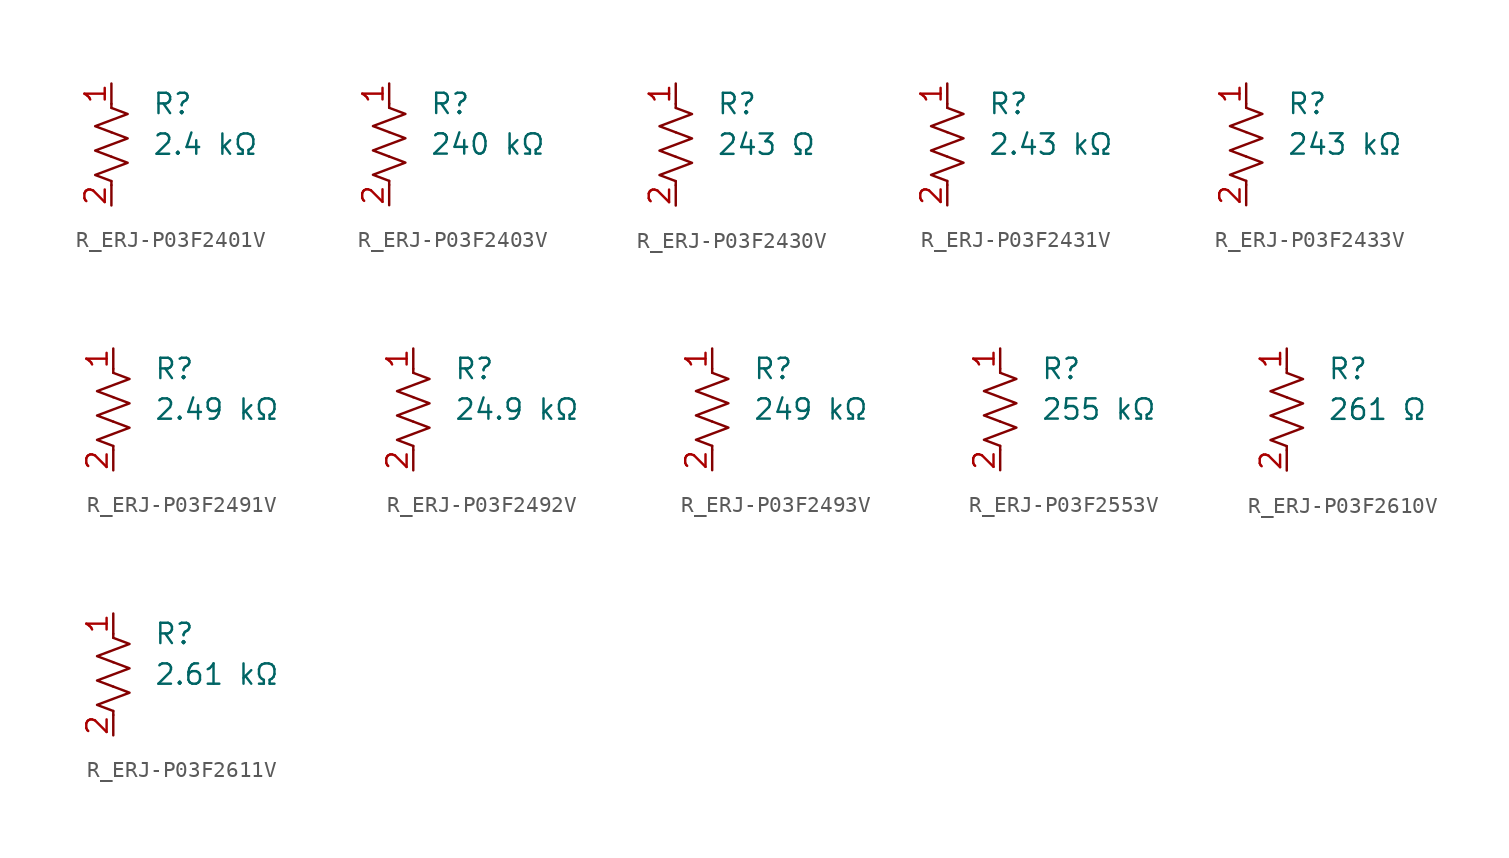
<source format=kicad_sym>
(kicad_symbol_lib
  (version 20231120)
  (generator "kicad_symbol_editor")
  (generator_version "8.0")
  (symbol "R_ERJ-P03F2401V"
    (pin_names
      (offset 0.254))
    (property "Value" "2.4 kΩ"
      (at 2.54 0 0)
      (effects (font (size 1.27 1.27)) (justify left)))
    (property "Reference" "R"
      (at 2.54 2.54 0)
      (effects (font (size 1.27 1.27)) (justify left)))
    (symbol "R_ERJ-P03F2401V_0_1"
      (polyline (pts (xy 0 -2.286) (xy 0 -2.54)) (stroke (width 0) (type default)) (fill (type none)))
      (polyline (pts (xy 0 2.286) (xy 0 2.54)) (stroke (width 0) (type default)) (fill (type none)))
      (polyline (pts (xy 0 -0.762) (xy 1.016 -1.143) (xy 0 -1.524) (xy -1.016 -1.905) (xy 0 -2.286)) (stroke (width 0) (type default)) (fill (type none)))
      (polyline (pts (xy 0 0.762) (xy 1.016 0.381) (xy 0 0) (xy -1.016 -0.381) (xy 0 -0.762)) (stroke (width 0) (type default)) (fill (type none)))
      (polyline (pts (xy 0 2.286) (xy 1.016 1.905) (xy 0 1.524) (xy -1.016 1.143) (xy 0 0.762)) (stroke (width 0) (type default)) (fill (type none))))
    (symbol "R_ERJ-P03F2401V_1_1"
      (pin passive line (at 0 3.81 270) (length 1.27) (name "~" (effects (font (size 1.27 1.27)))) (number "1" (effects (font (size 1.27 1.27)))))
      (pin passive line (at 0 -3.81 90) (length 1.27) (name "~" (effects (font (size 1.27 1.27)))) (number "2" (effects (font (size 1.27 1.27)))))))
  (symbol "R_ERJ-P03F2403V"
    (pin_names
      (offset 0.254))
    (property "Value" "240 kΩ"
      (at 2.54 0 0)
      (effects (font (size 1.27 1.27)) (justify left)))
    (property "Reference" "R"
      (at 2.54 2.54 0)
      (effects (font (size 1.27 1.27)) (justify left)))
    (symbol "R_ERJ-P03F2403V_0_1"
      (polyline (pts (xy 0 -2.286) (xy 0 -2.54)) (stroke (width 0) (type default)) (fill (type none)))
      (polyline (pts (xy 0 2.286) (xy 0 2.54)) (stroke (width 0) (type default)) (fill (type none)))
      (polyline (pts (xy 0 -0.762) (xy 1.016 -1.143) (xy 0 -1.524) (xy -1.016 -1.905) (xy 0 -2.286)) (stroke (width 0) (type default)) (fill (type none)))
      (polyline (pts (xy 0 0.762) (xy 1.016 0.381) (xy 0 0) (xy -1.016 -0.381) (xy 0 -0.762)) (stroke (width 0) (type default)) (fill (type none)))
      (polyline (pts (xy 0 2.286) (xy 1.016 1.905) (xy 0 1.524) (xy -1.016 1.143) (xy 0 0.762)) (stroke (width 0) (type default)) (fill (type none))))
    (symbol "R_ERJ-P03F2403V_1_1"
      (pin passive line (at 0 3.81 270) (length 1.27) (name "~" (effects (font (size 1.27 1.27)))) (number "1" (effects (font (size 1.27 1.27)))))
      (pin passive line (at 0 -3.81 90) (length 1.27) (name "~" (effects (font (size 1.27 1.27)))) (number "2" (effects (font (size 1.27 1.27)))))))
  (symbol "R_ERJ-P03F2430V"
    (pin_names
      (offset 0.254))
    (property "Value" "243 Ω"
      (at 2.54 0 0)
      (effects (font (size 1.27 1.27)) (justify left)))
    (property "Reference" "R"
      (at 2.54 2.54 0)
      (effects (font (size 1.27 1.27)) (justify left)))
    (symbol "R_ERJ-P03F2430V_0_1"
      (polyline (pts (xy 0 -2.286) (xy 0 -2.54)) (stroke (width 0) (type default)) (fill (type none)))
      (polyline (pts (xy 0 2.286) (xy 0 2.54)) (stroke (width 0) (type default)) (fill (type none)))
      (polyline (pts (xy 0 -0.762) (xy 1.016 -1.143) (xy 0 -1.524) (xy -1.016 -1.905) (xy 0 -2.286)) (stroke (width 0) (type default)) (fill (type none)))
      (polyline (pts (xy 0 0.762) (xy 1.016 0.381) (xy 0 0) (xy -1.016 -0.381) (xy 0 -0.762)) (stroke (width 0) (type default)) (fill (type none)))
      (polyline (pts (xy 0 2.286) (xy 1.016 1.905) (xy 0 1.524) (xy -1.016 1.143) (xy 0 0.762)) (stroke (width 0) (type default)) (fill (type none))))
    (symbol "R_ERJ-P03F2430V_1_1"
      (pin passive line (at 0 3.81 270) (length 1.27) (name "~" (effects (font (size 1.27 1.27)))) (number "1" (effects (font (size 1.27 1.27)))))
      (pin passive line (at 0 -3.81 90) (length 1.27) (name "~" (effects (font (size 1.27 1.27)))) (number "2" (effects (font (size 1.27 1.27)))))))
  (symbol "R_ERJ-P03F2431V"
    (pin_names
      (offset 0.254))
    (property "Value" "2.43 kΩ"
      (at 2.54 0 0)
      (effects (font (size 1.27 1.27)) (justify left)))
    (property "Reference" "R"
      (at 2.54 2.54 0)
      (effects (font (size 1.27 1.27)) (justify left)))
    (symbol "R_ERJ-P03F2431V_0_1"
      (polyline (pts (xy 0 -2.286) (xy 0 -2.54)) (stroke (width 0) (type default)) (fill (type none)))
      (polyline (pts (xy 0 2.286) (xy 0 2.54)) (stroke (width 0) (type default)) (fill (type none)))
      (polyline (pts (xy 0 -0.762) (xy 1.016 -1.143) (xy 0 -1.524) (xy -1.016 -1.905) (xy 0 -2.286)) (stroke (width 0) (type default)) (fill (type none)))
      (polyline (pts (xy 0 0.762) (xy 1.016 0.381) (xy 0 0) (xy -1.016 -0.381) (xy 0 -0.762)) (stroke (width 0) (type default)) (fill (type none)))
      (polyline (pts (xy 0 2.286) (xy 1.016 1.905) (xy 0 1.524) (xy -1.016 1.143) (xy 0 0.762)) (stroke (width 0) (type default)) (fill (type none))))
    (symbol "R_ERJ-P03F2431V_1_1"
      (pin passive line (at 0 3.81 270) (length 1.27) (name "~" (effects (font (size 1.27 1.27)))) (number "1" (effects (font (size 1.27 1.27)))))
      (pin passive line (at 0 -3.81 90) (length 1.27) (name "~" (effects (font (size 1.27 1.27)))) (number "2" (effects (font (size 1.27 1.27)))))))
  (symbol "R_ERJ-P03F2433V"
    (pin_names
      (offset 0.254))
    (property "Value" "243 kΩ"
      (at 2.54 0 0)
      (effects (font (size 1.27 1.27)) (justify left)))
    (property "Reference" "R"
      (at 2.54 2.54 0)
      (effects (font (size 1.27 1.27)) (justify left)))
    (symbol "R_ERJ-P03F2433V_0_1"
      (polyline (pts (xy 0 -2.286) (xy 0 -2.54)) (stroke (width 0) (type default)) (fill (type none)))
      (polyline (pts (xy 0 2.286) (xy 0 2.54)) (stroke (width 0) (type default)) (fill (type none)))
      (polyline (pts (xy 0 -0.762) (xy 1.016 -1.143) (xy 0 -1.524) (xy -1.016 -1.905) (xy 0 -2.286)) (stroke (width 0) (type default)) (fill (type none)))
      (polyline (pts (xy 0 0.762) (xy 1.016 0.381) (xy 0 0) (xy -1.016 -0.381) (xy 0 -0.762)) (stroke (width 0) (type default)) (fill (type none)))
      (polyline (pts (xy 0 2.286) (xy 1.016 1.905) (xy 0 1.524) (xy -1.016 1.143) (xy 0 0.762)) (stroke (width 0) (type default)) (fill (type none))))
    (symbol "R_ERJ-P03F2433V_1_1"
      (pin passive line (at 0 3.81 270) (length 1.27) (name "~" (effects (font (size 1.27 1.27)))) (number "1" (effects (font (size 1.27 1.27)))))
      (pin passive line (at 0 -3.81 90) (length 1.27) (name "~" (effects (font (size 1.27 1.27)))) (number "2" (effects (font (size 1.27 1.27)))))))
  (symbol "R_ERJ-P03F2491V"
    (pin_names
      (offset 0.254))
    (property "Value" "2.49 kΩ"
      (at 2.54 0 0)
      (effects (font (size 1.27 1.27)) (justify left)))
    (property "Reference" "R"
      (at 2.54 2.54 0)
      (effects (font (size 1.27 1.27)) (justify left)))
    (symbol "R_ERJ-P03F2491V_0_1"
      (polyline (pts (xy 0 -2.286) (xy 0 -2.54)) (stroke (width 0) (type default)) (fill (type none)))
      (polyline (pts (xy 0 2.286) (xy 0 2.54)) (stroke (width 0) (type default)) (fill (type none)))
      (polyline (pts (xy 0 -0.762) (xy 1.016 -1.143) (xy 0 -1.524) (xy -1.016 -1.905) (xy 0 -2.286)) (stroke (width 0) (type default)) (fill (type none)))
      (polyline (pts (xy 0 0.762) (xy 1.016 0.381) (xy 0 0) (xy -1.016 -0.381) (xy 0 -0.762)) (stroke (width 0) (type default)) (fill (type none)))
      (polyline (pts (xy 0 2.286) (xy 1.016 1.905) (xy 0 1.524) (xy -1.016 1.143) (xy 0 0.762)) (stroke (width 0) (type default)) (fill (type none))))
    (symbol "R_ERJ-P03F2491V_1_1"
      (pin passive line (at 0 3.81 270) (length 1.27) (name "~" (effects (font (size 1.27 1.27)))) (number "1" (effects (font (size 1.27 1.27)))))
      (pin passive line (at 0 -3.81 90) (length 1.27) (name "~" (effects (font (size 1.27 1.27)))) (number "2" (effects (font (size 1.27 1.27)))))))
  (symbol "R_ERJ-P03F2492V"
    (pin_names
      (offset 0.254))
    (property "Value" "24.9 kΩ"
      (at 2.54 0 0)
      (effects (font (size 1.27 1.27)) (justify left)))
    (property "Reference" "R"
      (at 2.54 2.54 0)
      (effects (font (size 1.27 1.27)) (justify left)))
    (symbol "R_ERJ-P03F2492V_0_1"
      (polyline (pts (xy 0 -2.286) (xy 0 -2.54)) (stroke (width 0) (type default)) (fill (type none)))
      (polyline (pts (xy 0 2.286) (xy 0 2.54)) (stroke (width 0) (type default)) (fill (type none)))
      (polyline (pts (xy 0 -0.762) (xy 1.016 -1.143) (xy 0 -1.524) (xy -1.016 -1.905) (xy 0 -2.286)) (stroke (width 0) (type default)) (fill (type none)))
      (polyline (pts (xy 0 0.762) (xy 1.016 0.381) (xy 0 0) (xy -1.016 -0.381) (xy 0 -0.762)) (stroke (width 0) (type default)) (fill (type none)))
      (polyline (pts (xy 0 2.286) (xy 1.016 1.905) (xy 0 1.524) (xy -1.016 1.143) (xy 0 0.762)) (stroke (width 0) (type default)) (fill (type none))))
    (symbol "R_ERJ-P03F2492V_1_1"
      (pin passive line (at 0 3.81 270) (length 1.27) (name "~" (effects (font (size 1.27 1.27)))) (number "1" (effects (font (size 1.27 1.27)))))
      (pin passive line (at 0 -3.81 90) (length 1.27) (name "~" (effects (font (size 1.27 1.27)))) (number "2" (effects (font (size 1.27 1.27)))))))
  (symbol "R_ERJ-P03F2493V"
    (pin_names
      (offset 0.254))
    (property "Value" "249 kΩ"
      (at 2.54 0 0)
      (effects (font (size 1.27 1.27)) (justify left)))
    (property "Reference" "R"
      (at 2.54 2.54 0)
      (effects (font (size 1.27 1.27)) (justify left)))
    (symbol "R_ERJ-P03F2493V_0_1"
      (polyline (pts (xy 0 -2.286) (xy 0 -2.54)) (stroke (width 0) (type default)) (fill (type none)))
      (polyline (pts (xy 0 2.286) (xy 0 2.54)) (stroke (width 0) (type default)) (fill (type none)))
      (polyline (pts (xy 0 -0.762) (xy 1.016 -1.143) (xy 0 -1.524) (xy -1.016 -1.905) (xy 0 -2.286)) (stroke (width 0) (type default)) (fill (type none)))
      (polyline (pts (xy 0 0.762) (xy 1.016 0.381) (xy 0 0) (xy -1.016 -0.381) (xy 0 -0.762)) (stroke (width 0) (type default)) (fill (type none)))
      (polyline (pts (xy 0 2.286) (xy 1.016 1.905) (xy 0 1.524) (xy -1.016 1.143) (xy 0 0.762)) (stroke (width 0) (type default)) (fill (type none))))
    (symbol "R_ERJ-P03F2493V_1_1"
      (pin passive line (at 0 3.81 270) (length 1.27) (name "~" (effects (font (size 1.27 1.27)))) (number "1" (effects (font (size 1.27 1.27)))))
      (pin passive line (at 0 -3.81 90) (length 1.27) (name "~" (effects (font (size 1.27 1.27)))) (number "2" (effects (font (size 1.27 1.27)))))))
  (symbol "R_ERJ-P03F2553V"
    (pin_names
      (offset 0.254))
    (property "Value" "255 kΩ"
      (at 2.54 0 0)
      (effects (font (size 1.27 1.27)) (justify left)))
    (property "Reference" "R"
      (at 2.54 2.54 0)
      (effects (font (size 1.27 1.27)) (justify left)))
    (symbol "R_ERJ-P03F2553V_0_1"
      (polyline (pts (xy 0 -2.286) (xy 0 -2.54)) (stroke (width 0) (type default)) (fill (type none)))
      (polyline (pts (xy 0 2.286) (xy 0 2.54)) (stroke (width 0) (type default)) (fill (type none)))
      (polyline (pts (xy 0 -0.762) (xy 1.016 -1.143) (xy 0 -1.524) (xy -1.016 -1.905) (xy 0 -2.286)) (stroke (width 0) (type default)) (fill (type none)))
      (polyline (pts (xy 0 0.762) (xy 1.016 0.381) (xy 0 0) (xy -1.016 -0.381) (xy 0 -0.762)) (stroke (width 0) (type default)) (fill (type none)))
      (polyline (pts (xy 0 2.286) (xy 1.016 1.905) (xy 0 1.524) (xy -1.016 1.143) (xy 0 0.762)) (stroke (width 0) (type default)) (fill (type none))))
    (symbol "R_ERJ-P03F2553V_1_1"
      (pin passive line (at 0 3.81 270) (length 1.27) (name "~" (effects (font (size 1.27 1.27)))) (number "1" (effects (font (size 1.27 1.27)))))
      (pin passive line (at 0 -3.81 90) (length 1.27) (name "~" (effects (font (size 1.27 1.27)))) (number "2" (effects (font (size 1.27 1.27)))))))
  (symbol "R_ERJ-P03F2610V"
    (pin_names
      (offset 0.254))
    (property "Value" "261 Ω"
      (at 2.54 0 0)
      (effects (font (size 1.27 1.27)) (justify left)))
    (property "Reference" "R"
      (at 2.54 2.54 0)
      (effects (font (size 1.27 1.27)) (justify left)))
    (symbol "R_ERJ-P03F2610V_0_1"
      (polyline (pts (xy 0 -2.286) (xy 0 -2.54)) (stroke (width 0) (type default)) (fill (type none)))
      (polyline (pts (xy 0 2.286) (xy 0 2.54)) (stroke (width 0) (type default)) (fill (type none)))
      (polyline (pts (xy 0 -0.762) (xy 1.016 -1.143) (xy 0 -1.524) (xy -1.016 -1.905) (xy 0 -2.286)) (stroke (width 0) (type default)) (fill (type none)))
      (polyline (pts (xy 0 0.762) (xy 1.016 0.381) (xy 0 0) (xy -1.016 -0.381) (xy 0 -0.762)) (stroke (width 0) (type default)) (fill (type none)))
      (polyline (pts (xy 0 2.286) (xy 1.016 1.905) (xy 0 1.524) (xy -1.016 1.143) (xy 0 0.762)) (stroke (width 0) (type default)) (fill (type none))))
    (symbol "R_ERJ-P03F2610V_1_1"
      (pin passive line (at 0 3.81 270) (length 1.27) (name "~" (effects (font (size 1.27 1.27)))) (number "1" (effects (font (size 1.27 1.27)))))
      (pin passive line (at 0 -3.81 90) (length 1.27) (name "~" (effects (font (size 1.27 1.27)))) (number "2" (effects (font (size 1.27 1.27)))))))
  (symbol "R_ERJ-P03F2611V"
    (pin_names
      (offset 0.254))
    (property "Value" "2.61 kΩ"
      (at 2.54 0 0)
      (effects (font (size 1.27 1.27)) (justify left)))
    (property "Reference" "R"
      (at 2.54 2.54 0)
      (effects (font (size 1.27 1.27)) (justify left)))
    (symbol "R_ERJ-P03F2611V_0_1"
      (polyline (pts (xy 0 -2.286) (xy 0 -2.54)) (stroke (width 0) (type default)) (fill (type none)))
      (polyline (pts (xy 0 2.286) (xy 0 2.54)) (stroke (width 0) (type default)) (fill (type none)))
      (polyline (pts (xy 0 -0.762) (xy 1.016 -1.143) (xy 0 -1.524) (xy -1.016 -1.905) (xy 0 -2.286)) (stroke (width 0) (type default)) (fill (type none)))
      (polyline (pts (xy 0 0.762) (xy 1.016 0.381) (xy 0 0) (xy -1.016 -0.381) (xy 0 -0.762)) (stroke (width 0) (type default)) (fill (type none)))
      (polyline (pts (xy 0 2.286) (xy 1.016 1.905) (xy 0 1.524) (xy -1.016 1.143) (xy 0 0.762)) (stroke (width 0) (type default)) (fill (type none))))
    (symbol "R_ERJ-P03F2611V_1_1"
      (pin passive line (at 0 3.81 270) (length 1.27) (name "~" (effects (font (size 1.27 1.27)))) (number "1" (effects (font (size 1.27 1.27)))))
      (pin passive line (at 0 -3.81 90) (length 1.27) (name "~" (effects (font (size 1.27 1.27)))) (number "2" (effects (font (size 1.27 1.27))))))))
</source>
